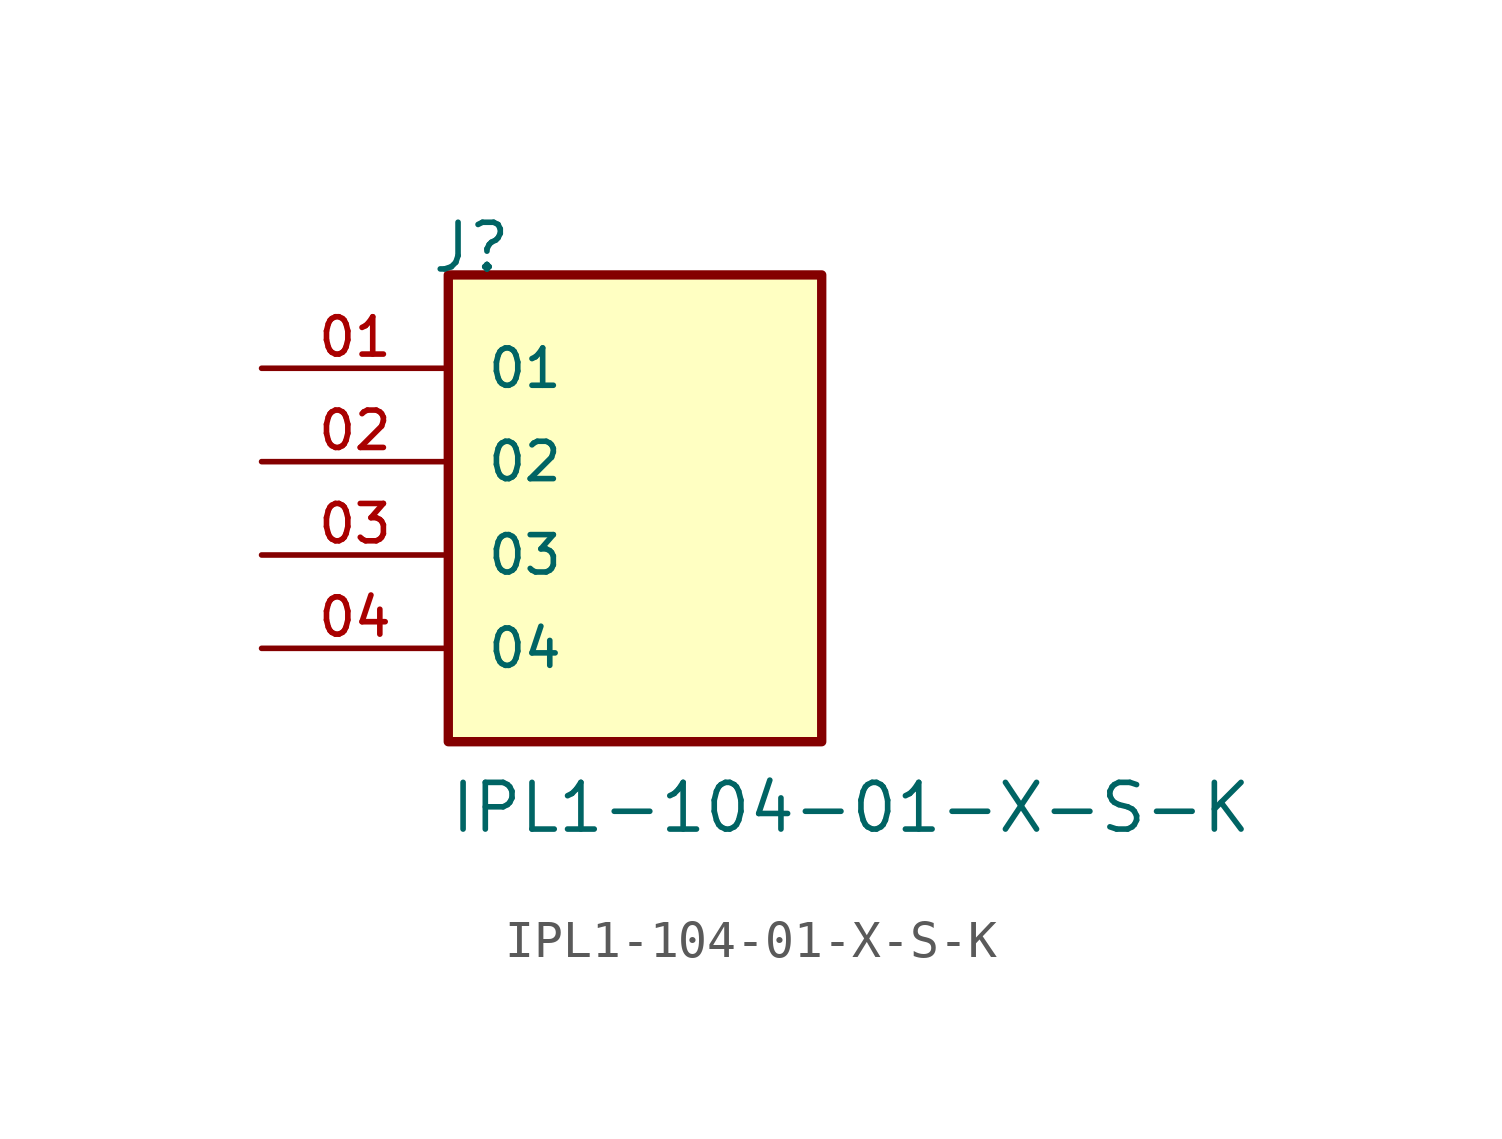
<source format=kicad_sym>
(kicad_symbol_lib
  (version 20211014)
  (generator kicad_symbol_editor)
  (symbol "IPL1-104-01-X-S-K"
    (pin_names
      (offset 1.016))
    (property "Reference" "J"
      (at -5.58 7.62 0)
      (effects (font (size 1.27 1.27)) (justify bottom left)))
    (property "Value" "IPL1-104-01-X-S-K"
      (at -5.08 -7.62 0)
      (effects (font (size 1.27 1.27)) (justify bottom left)))
    (symbol "IPL1-104-01-X-S-K_0_0"
      (rectangle (start -5.08 -5.08) (end 5.08 7.62) (stroke (width 0.254)) (fill (type background)))
      (pin passive line (at -10.16 5.08 0) (length 5.08) (name "01" (effects (font (size 1.016 1.016)))) (number "01" (effects (font (size 1.016 1.016)))))
      (pin passive line (at -10.16 2.54 0) (length 5.08) (name "02" (effects (font (size 1.016 1.016)))) (number "02" (effects (font (size 1.016 1.016)))))
      (pin passive line (at -10.16 0.0 0) (length 5.08) (name "03" (effects (font (size 1.016 1.016)))) (number "03" (effects (font (size 1.016 1.016)))))
      (pin passive line (at -10.16 -2.54 0) (length 5.08) (name "04" (effects (font (size 1.016 1.016)))) (number "04" (effects (font (size 1.016 1.016))))))))
</source>
